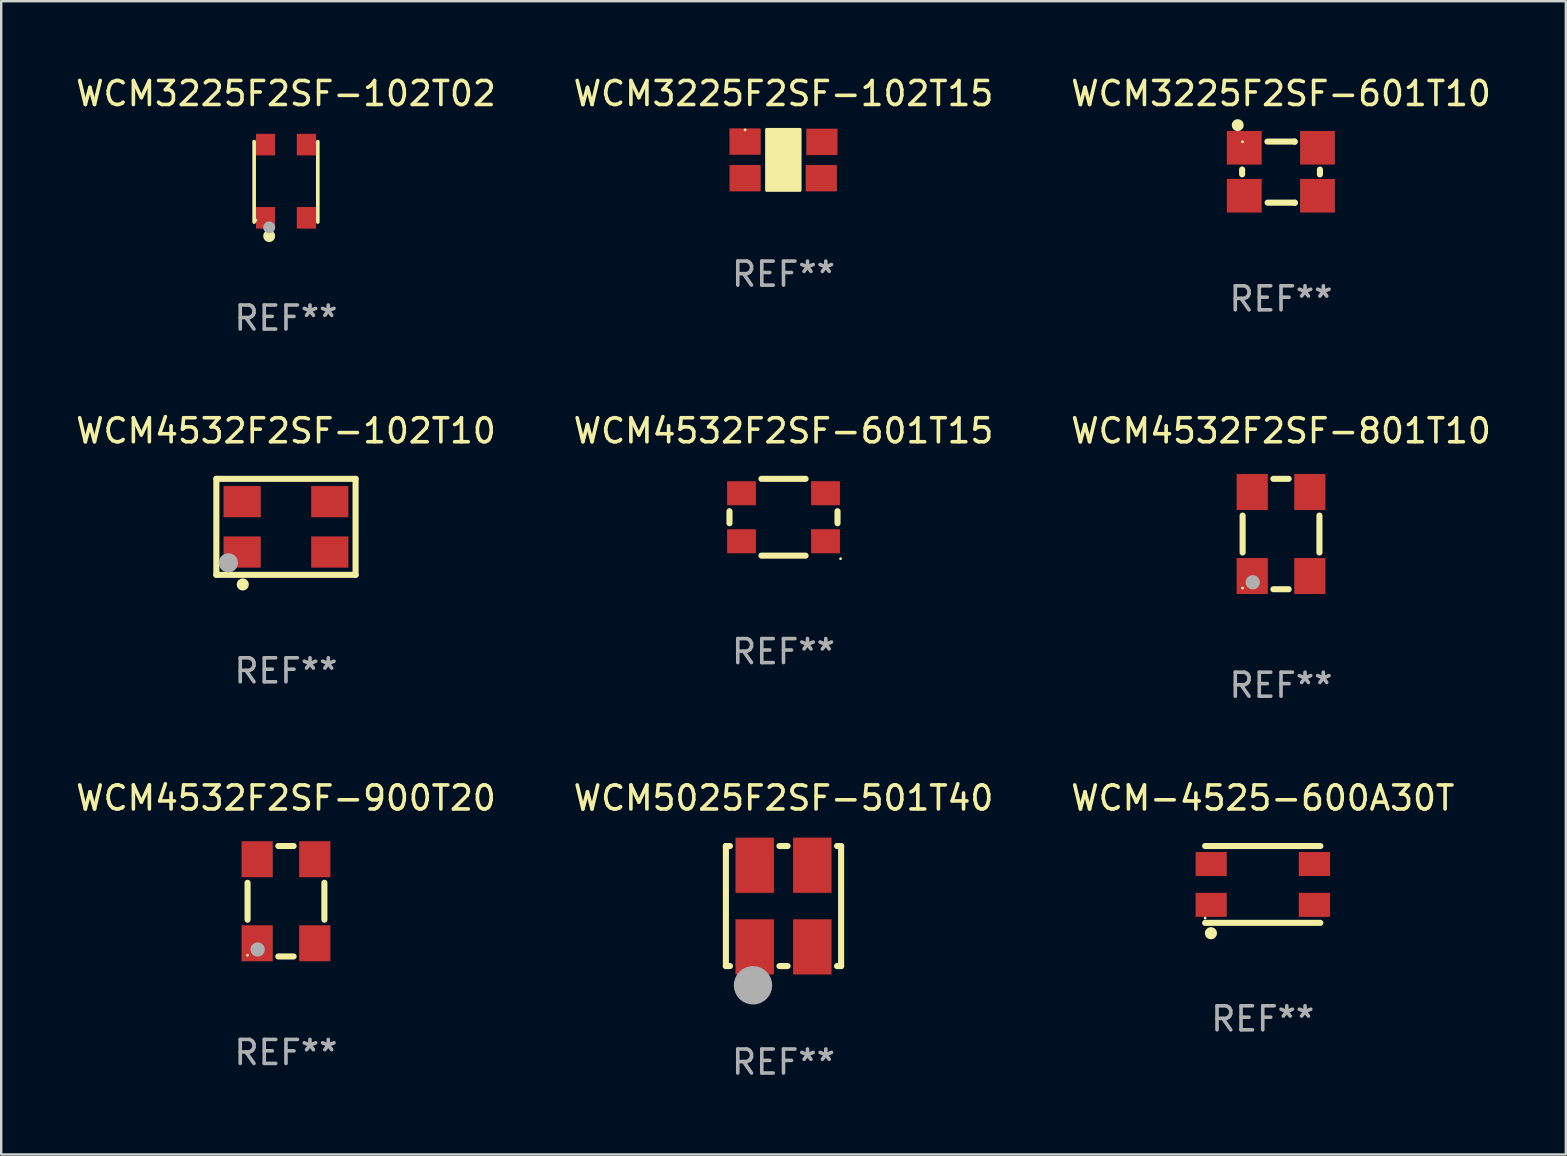
<source format=kicad_pcb>
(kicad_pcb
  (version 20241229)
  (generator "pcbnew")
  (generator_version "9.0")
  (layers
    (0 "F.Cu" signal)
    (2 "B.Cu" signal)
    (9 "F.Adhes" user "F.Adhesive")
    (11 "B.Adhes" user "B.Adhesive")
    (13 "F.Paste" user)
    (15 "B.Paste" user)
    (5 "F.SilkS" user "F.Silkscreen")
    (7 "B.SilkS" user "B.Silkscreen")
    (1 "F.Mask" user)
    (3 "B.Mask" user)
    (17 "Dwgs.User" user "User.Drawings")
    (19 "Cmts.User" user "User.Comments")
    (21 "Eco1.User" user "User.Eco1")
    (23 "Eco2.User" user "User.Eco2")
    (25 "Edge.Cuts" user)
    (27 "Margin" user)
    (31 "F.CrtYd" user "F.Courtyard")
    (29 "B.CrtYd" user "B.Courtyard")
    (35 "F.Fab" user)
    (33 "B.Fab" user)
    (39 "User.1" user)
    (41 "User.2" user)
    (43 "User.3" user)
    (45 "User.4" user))
  (footprint "WCM3225F2SF-102T15"
    (layer "F.Cu")
    (at 29.589 3.61)
    (property "Reference" "WCM3225F2SF-102T15" (at 0 -2.762 0) (layer "F.SilkS") (effects (font (size 1 1) (thickness 0.15))))
    (attr through_hole)
    (fp_circle (center -1.6 -1.25) (end -1.57 -1.25) (stroke (width 0.06) (type solid)) (fill no) (layer "F.SilkS"))
    (fp_poly (pts (xy -0.705 -1.27) (xy 0.692 -1.27) (xy 0.692 1.27) (xy -0.705 1.27)) (stroke (width 0.12) (type solid)) (fill yes) (layer "F.SilkS"))
    (fp_text user "REF**" (at 0 4.762 0) (layer "F.Fab") (effects (font (size 1 1) (thickness 0.15))))
    (pad "1" smd rect (at -1.6 -0.762) (size 1.3 1.1) (layers "F.Cu" "F.Mask" "F.Paste"))
    (pad "2" smd rect (at -1.6 0.762) (size 1.3 1.1) (layers "F.Cu" "F.Mask" "F.Paste"))
    (pad "3" smd rect (at 1.575 0.762) (size 1.3 1.1) (layers "F.Cu" "F.Mask" "F.Paste"))
    (pad "4" smd rect (at 1.6 -0.75) (size 1.3 1.1) (layers "F.Cu" "F.Mask" "F.Paste")))
  (footprint "WCM4532F2SF-601T15"
    (layer "F.Cu")
    (at 29.589 18.497)
    (property "Reference" "WCM4532F2SF-601T15" (at 0 -3.6 0) (layer "F.SilkS") (effects (font (size 1 1) (thickness 0.15))))
    (attr through_hole)
    (fp_line (start -2.25 0.25) (end -2.25 -0.25) (stroke (width 0.254) (type solid)) (layer "F.SilkS"))
    (fp_line (start 0.92 -1.6) (end -0.92 -1.6) (stroke (width 0.254) (type solid)) (layer "F.SilkS"))
    (fp_line (start 0.92 1.6) (end -0.92 1.6) (stroke (width 0.254) (type solid)) (layer "F.SilkS"))
    (fp_line (start 2.25 0.25) (end 2.25 -0.25) (stroke (width 0.254) (type solid)) (layer "F.SilkS"))
    (fp_circle (center 2.377 1.727) (end 2.407 1.727) (stroke (width 0.06) (type solid)) (fill no) (layer "F.SilkS"))
    (fp_text user "REF**" (at 0 5.6 0) (layer "F.Fab") (effects (font (size 1 1) (thickness 0.15))))
    (pad "1" smd rect (at 1.75 1 180) (size 1.2 1) (layers "F.Cu" "F.Mask" "F.Paste"))
    (pad "2" smd rect (at -1.75 1 180) (size 1.2 1) (layers "F.Cu" "F.Mask" "F.Paste"))
    (pad "3" smd rect (at -1.75 -1 180) (size 1.2 1) (layers "F.Cu" "F.Mask" "F.Paste"))
    (pad "4" smd rect (at 1.75 -1 180) (size 1.2 1) (layers "F.Cu" "F.Mask" "F.Paste")))
  (footprint "WCM4532F2SF-801T10"
    (layer "F.Cu")
    (at 50.315 19.197)
    (property "Reference" "WCM4532F2SF-801T10" (at 0 -4.3 0) (layer "F.SilkS") (effects (font (size 1 1) (thickness 0.15))))
    (attr through_hole)
    (fp_line (start -1.6 0.769) (end -1.6 -0.769) (stroke (width 0.254) (type solid)) (layer "F.SilkS"))
    (fp_line (start -0.319 -2.3) (end 0.319 -2.3) (stroke (width 0.254) (type solid)) (layer "F.SilkS"))
    (fp_line (start -0.319 2.3) (end 0.319 2.3) (stroke (width 0.254) (type solid)) (layer "F.SilkS"))
    (fp_line (start 1.6 -0.769) (end 1.6 0.769) (stroke (width 0.254) (type solid)) (layer "F.SilkS"))
    (fp_circle (center -1.6 2.25) (end -1.57 2.25) (stroke (width 0.06) (type solid)) (fill no) (layer "F.SilkS"))
    (fp_circle (center -1.18 2.01) (end -1.03 2.01) (stroke (width 0.3) (type solid)) (fill no) (layer "F.Fab"))
    (fp_text user "REF**" (at 0 6.3 0) (layer "F.Fab") (effects (font (size 1 1) (thickness 0.15))))
    (pad "1" smd rect (at -1.2 1.75) (size 1.3 1.5) (layers "F.Cu" "F.Mask" "F.Paste"))
    (pad "2" smd rect (at -1.2 -1.75) (size 1.3 1.5) (layers "F.Cu" "F.Mask" "F.Paste"))
    (pad "3" smd rect (at 1.2 -1.75) (size 1.3 1.5) (layers "F.Cu" "F.Mask" "F.Paste"))
    (pad "4" smd rect (at 1.2 1.75) (size 1.3 1.5) (layers "F.Cu" "F.Mask" "F.Paste")))
  (footprint "WCM3225F2SF-601T10"
    (layer "F.Cu")
    (at 50.315 4.124)
    (property "Reference" "WCM3225F2SF-601T10" (at 0 -3.276 0) (layer "F.SilkS") (effects (font (size 1 1) (thickness 0.15))))
    (attr through_hole)
    (fp_line (start -1.621 -0.114) (end -1.621 0.087) (stroke (width 0.254) (type solid)) (layer "F.SilkS"))
    (fp_line (start -0.567 -1.276) (end 0.563 -1.276) (stroke (width 0.254) (type solid)) (layer "F.SilkS"))
    (fp_line (start -0.558 1.269) (end 0.571 1.269) (stroke (width 0.254) (type solid)) (layer "F.SilkS"))
    (fp_line (start 0.563 -1.276) (end 0.57 -1.269) (stroke (width 0.254) (type solid)) (layer "F.SilkS"))
    (fp_line (start 0.571 1.269) (end 0.578 1.276) (stroke (width 0.254) (type solid)) (layer "F.SilkS"))
    (fp_line (start 1.621 -0.11) (end 1.621 0.091) (stroke (width 0.254) (type solid)) (layer "F.SilkS"))
    (fp_circle (center -1.804 -1.961) (end -1.679 -1.961) (stroke (width 0.25) (type solid)) (fill no) (layer "F.SilkS"))
    (fp_circle (center -1.605 -1.267) (end -1.575 -1.267) (stroke (width 0.06) (type solid)) (fill no) (layer "F.SilkS"))
    (fp_text user "REF**" (at 0 5.276 0) (layer "F.Fab") (effects (font (size 1 1) (thickness 0.15))))
    (pad "1" smd rect (at -1.531 -1.018) (size 1.45 1.4) (layers "F.Cu" "F.Mask" "F.Paste"))
    (pad "2" smd rect (at 1.518 -1.018) (size 1.45 1.4) (layers "F.Cu" "F.Mask" "F.Paste"))
    (pad "3" smd rect (at 1.518 0.98) (size 1.45 1.4) (layers "F.Cu" "F.Mask" "F.Paste"))
    (pad "4" smd rect (at -1.531 0.98) (size 1.45 1.4) (layers "F.Cu" "F.Mask" "F.Paste")))
  (footprint "WCM-4525-600A30T"
    (layer "F.Cu")
    (at 49.554 33.794)
    (property "Reference" "WCM-4525-600A30T" (at 0 -3.6 0) (layer "F.SilkS") (effects (font (size 1 1) (thickness 0.15))))
    (attr through_hole)
    (fp_line (start -2.4 -1.6) (end 2.4 -1.6) (stroke (width 0.254) (type solid)) (layer "F.SilkS"))
    (fp_line (start -2.4 1.6) (end 2.4 1.6) (stroke (width 0.254) (type solid)) (layer "F.SilkS"))
    (fp_circle (center -2.4 1.4) (end -2.37 1.4) (stroke (width 0.06) (type solid)) (fill no) (layer "F.SilkS"))
    (fp_circle (center -2.159 2.032) (end -2.032 2.032) (stroke (width 0.254) (type solid)) (fill no) (layer "F.SilkS"))
    (fp_text user "REF**" (at 0 5.6 0) (layer "F.Fab") (effects (font (size 1 1) (thickness 0.15))))
    (pad "1" smd rect (at -2.15 0.85) (size 1.3 1) (layers "F.Cu" "F.Mask" "F.Paste"))
    (pad "2" smd rect (at -2.15 -0.85) (size 1.3 1) (layers "F.Cu" "F.Mask" "F.Paste"))
    (pad "3" smd rect (at 2.15 -0.85) (size 1.3 1) (layers "F.Cu" "F.Mask" "F.Paste"))
    (pad "4" smd rect (at 2.15 0.85) (size 1.3 1) (layers "F.Cu" "F.Mask" "F.Paste")))
  (footprint "WCM4532F2SF-102T10"
    (layer "F.Cu")
    (at 8.863 18.897)
    (property "Reference" "WCM4532F2SF-102T10" (at 0 -4 0) (layer "F.SilkS") (effects (font (size 1 1) (thickness 0.15))))
    (attr through_hole)
    (fp_line (start -2.9 -2) (end -2.9 2) (stroke (width 0.254) (type solid)) (layer "F.SilkS"))
    (fp_line (start -2.9 -2) (end 2.9 -2) (stroke (width 0.254) (type solid)) (layer "F.SilkS"))
    (fp_line (start 2.9 -2) (end 2.9 2) (stroke (width 0.254) (type solid)) (layer "F.SilkS"))
    (fp_line (start 2.9 2) (end -2.9 2) (stroke (width 0.254) (type solid)) (layer "F.SilkS"))
    (fp_circle (center -2.25 1.6) (end -2.22 1.6) (stroke (width 0.06) (type solid)) (fill no) (layer "F.SilkS"))
    (fp_circle (center -1.8 2.4) (end -1.673 2.4) (stroke (width 0.254) (type solid)) (fill no) (layer "F.SilkS"))
    (fp_circle (center -2.4 1.5) (end -2.2 1.5) (stroke (width 0.4) (type solid)) (fill no) (layer "F.Fab"))
    (fp_text user "REF**" (at 0 6 0) (layer "F.Fab") (effects (font (size 1 1) (thickness 0.15))))
    (pad "1" smd rect (at -1.825 1.05 90) (size 1.3 1.55) (layers "F.Cu" "F.Mask" "F.Paste"))
    (pad "2" smd rect (at 1.825 1.05 90) (size 1.3 1.55) (layers "F.Cu" "F.Mask" "F.Paste"))
    (pad "3" smd rect (at 1.825 -1.05 90) (size 1.3 1.55) (layers "F.Cu" "F.Mask" "F.Paste"))
    (pad "4" smd rect (at -1.825 -1.05 90) (size 1.3 1.55) (layers "F.Cu" "F.Mask" "F.Paste")))
  (footprint "WCM5025F2SF-501T40"
    (layer "F.Cu")
    (at 29.589 34.694)
    (property "Reference" "WCM5025F2SF-501T40" (at 0 -4.5 0) (layer "F.SilkS") (effects (font (size 1 1) (thickness 0.15))))
    (attr through_hole)
    (fp_line (start -2.4 -2.5) (end -2.231 -2.5) (stroke (width 0.254) (type solid)) (layer "F.SilkS"))
    (fp_line (start -2.4 2.5) (end -2.4 -2.5) (stroke (width 0.254) (type solid)) (layer "F.SilkS"))
    (fp_line (start -2.4 2.5) (end -2.231 2.5) (stroke (width 0.254) (type solid)) (layer "F.SilkS"))
    (fp_line (start -0.169 -2.5) (end 0.169 -2.5) (stroke (width 0.254) (type solid)) (layer "F.SilkS"))
    (fp_line (start -0.169 2.5) (end 0.169 2.5) (stroke (width 0.254) (type solid)) (layer "F.SilkS"))
    (fp_line (start 2.231 -2.5) (end 2.4 -2.5) (stroke (width 0.254) (type solid)) (layer "F.SilkS"))
    (fp_line (start 2.231 2.5) (end 2.4 2.5) (stroke (width 0.254) (type solid)) (layer "F.SilkS"))
    (fp_line (start 2.4 2.5) (end 2.4 -2.5) (stroke (width 0.254) (type solid)) (layer "F.SilkS"))
    (fp_circle (center -2.4 2.5) (end -2.37 2.5) (stroke (width 0.06) (type solid)) (fill no) (layer "F.SilkS"))
    (fp_circle (center -1.27 3.302) (end -0.87 3.302) (stroke (width 0.8) (type solid)) (fill no) (layer "F.Fab"))
    (fp_text user "REF**" (at 0 6.5 0) (layer "F.Fab") (effects (font (size 1 1) (thickness 0.15))))
    (pad "1" smd rect (at -1.2 1.7 180) (size 1.6 2.3) (layers "F.Cu" "F.Mask" "F.Paste"))
    (pad "2" smd rect (at 1.2 1.7 180) (size 1.6 2.3) (layers "F.Cu" "F.Mask" "F.Paste"))
    (pad "3" smd rect (at 1.2 -1.7 180) (size 1.6 2.3) (layers "F.Cu" "F.Mask" "F.Paste"))
    (pad "4" smd rect (at -1.2 -1.7 180) (size 1.6 2.3) (layers "F.Cu" "F.Mask" "F.Paste")))
  (footprint "WCM3225F2SF-102T02"
    (layer "F.Cu")
    (at 8.863 4.524)
    (property "Reference" "WCM3225F2SF-102T02" (at 0 -3.676 0) (layer "F.SilkS") (effects (font (size 1 1) (thickness 0.15))))
    (attr through_hole)
    (fp_line (start -1.326 1.676) (end -1.326 -1.676) (stroke (width 0.152) (type solid)) (layer "F.SilkS"))
    (fp_line (start 1.326 1.676) (end 1.326 -1.676) (stroke (width 0.152) (type solid)) (layer "F.SilkS"))
    (fp_circle (center -1.25 1.6) (end -1.22 1.6) (stroke (width 0.06) (type solid)) (fill no) (layer "F.SilkS"))
    (fp_circle (center -0.7 2.26) (end -0.575 2.26) (stroke (width 0.25) (type solid)) (fill no) (layer "F.SilkS"))
    (fp_circle (center -0.7 1.9) (end -0.575 1.9) (stroke (width 0.25) (type solid)) (fill no) (layer "F.Fab"))
    (fp_text user "REF**" (at 0 5.676 0) (layer "F.Fab") (effects (font (size 1 1) (thickness 0.15))))
    (pad "1" smd rect (at -0.85 1.5) (size 0.8 0.9) (layers "F.Cu" "F.Mask" "F.Paste"))
    (pad "2" smd rect (at -0.85 -1.55) (size 0.8 0.9) (layers "F.Cu" "F.Mask" "F.Paste"))
    (pad "3" smd rect (at 0.85 -1.55) (size 0.8 0.9) (layers "F.Cu" "F.Mask" "F.Paste"))
    (pad "4" smd rect (at 0.85 1.5) (size 0.8 0.9) (layers "F.Cu" "F.Mask" "F.Paste")))
  (footprint "WCM4532F2SF-900T20"
    (layer "F.Cu")
    (at 8.863 34.494)
    (property "Reference" "WCM4532F2SF-900T20" (at 0 -4.3 0) (layer "F.SilkS") (effects (font (size 1 1) (thickness 0.15))))
    (attr through_hole)
    (fp_line (start -1.6 0.769) (end -1.6 -0.769) (stroke (width 0.254) (type solid)) (layer "F.SilkS"))
    (fp_line (start -0.319 -2.3) (end 0.319 -2.3) (stroke (width 0.254) (type solid)) (layer "F.SilkS"))
    (fp_line (start -0.319 2.3) (end 0.319 2.3) (stroke (width 0.254) (type solid)) (layer "F.SilkS"))
    (fp_line (start 1.6 -0.769) (end 1.6 0.769) (stroke (width 0.254) (type solid)) (layer "F.SilkS"))
    (fp_circle (center -1.6 2.25) (end -1.57 2.25) (stroke (width 0.06) (type solid)) (fill no) (layer "F.SilkS"))
    (fp_circle (center -1.18 2.01) (end -1.03 2.01) (stroke (width 0.3) (type solid)) (fill no) (layer "F.Fab"))
    (fp_text user "REF**" (at 0 6.3 0) (layer "F.Fab") (effects (font (size 1 1) (thickness 0.15))))
    (pad "1" smd rect (at -1.2 1.75) (size 1.3 1.5) (layers "F.Cu" "F.Mask" "F.Paste"))
    (pad "2" smd rect (at -1.2 -1.75) (size 1.3 1.5) (layers "F.Cu" "F.Mask" "F.Paste"))
    (pad "3" smd rect (at 1.2 -1.75) (size 1.3 1.5) (layers "F.Cu" "F.Mask" "F.Paste"))
    (pad "4" smd rect (at 1.2 1.75) (size 1.3 1.5) (layers "F.Cu" "F.Mask" "F.Paste")))
  (gr_rect
    (start -3 -3)
    (end 62.179 45.042)
    (stroke (width 0.1) (type default))
    (fill no)
    (layer "Edge.Cuts")))
</source>
